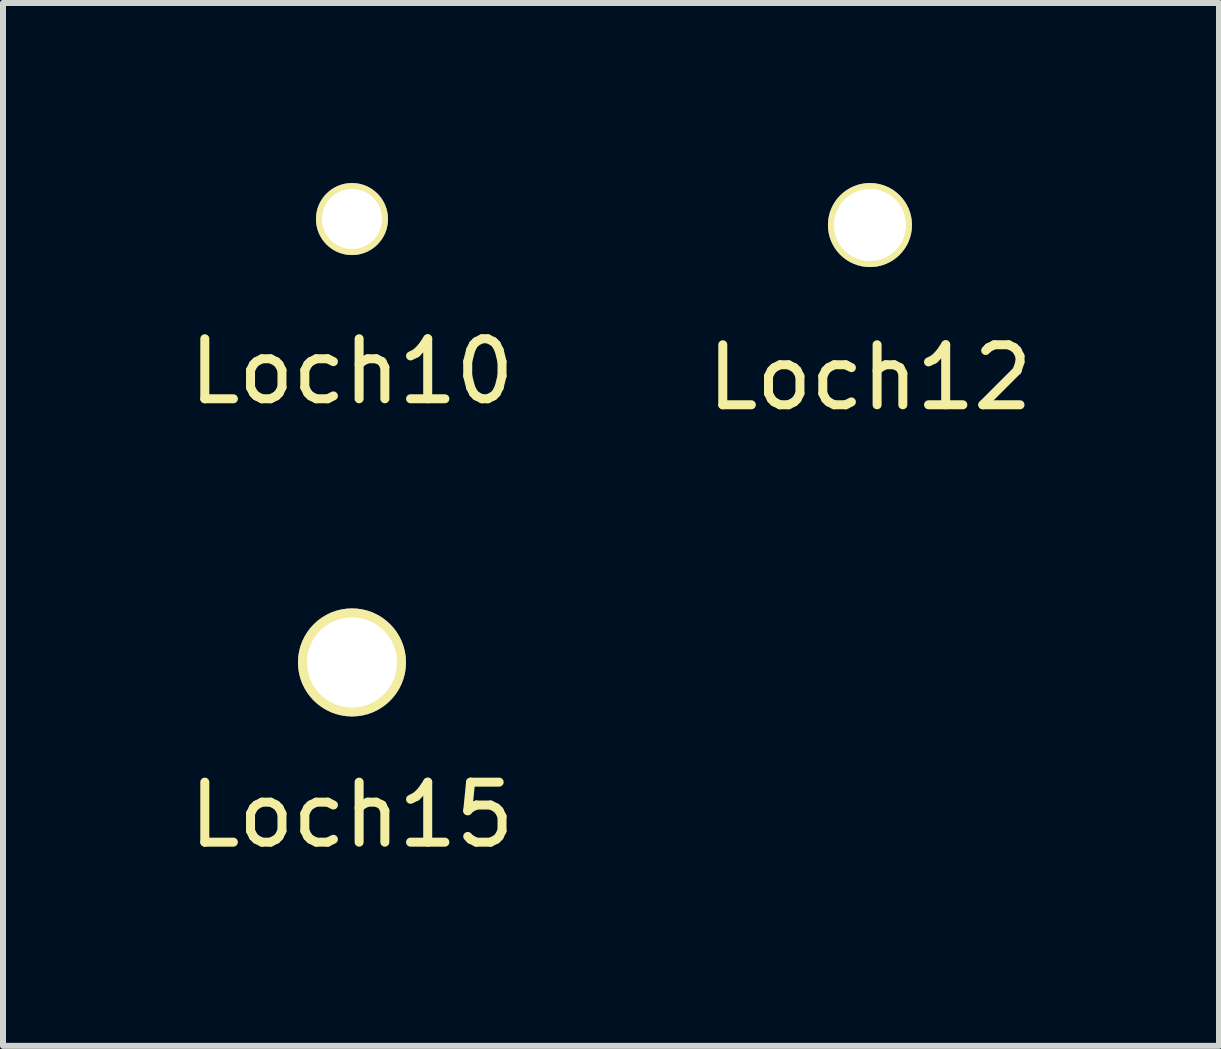
<source format=kicad_pcb>
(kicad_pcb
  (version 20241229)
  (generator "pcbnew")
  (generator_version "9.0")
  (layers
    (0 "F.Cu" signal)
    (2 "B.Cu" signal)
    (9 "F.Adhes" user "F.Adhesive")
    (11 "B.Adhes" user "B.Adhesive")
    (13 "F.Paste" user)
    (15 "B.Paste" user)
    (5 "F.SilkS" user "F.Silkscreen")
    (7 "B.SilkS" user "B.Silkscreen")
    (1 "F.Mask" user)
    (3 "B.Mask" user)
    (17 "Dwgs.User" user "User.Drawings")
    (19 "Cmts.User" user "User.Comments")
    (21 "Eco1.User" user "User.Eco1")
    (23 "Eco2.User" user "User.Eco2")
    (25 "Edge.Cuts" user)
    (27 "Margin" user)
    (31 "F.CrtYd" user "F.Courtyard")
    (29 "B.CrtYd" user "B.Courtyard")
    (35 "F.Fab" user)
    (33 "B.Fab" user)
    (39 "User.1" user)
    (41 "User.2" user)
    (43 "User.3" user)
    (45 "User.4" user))
  (footprint "Loch15"
    (layer "F.Cu")
    (at 2.815 7.988)
    (property "Reference" "Loch15" (at 0 2.54 0) (layer "F.SilkS") (effects (font (size 1 1) (thickness 0.15))))
    (attr through_hole)
    (pad "1" thru_hole circle (at 0 0) (size 1.8 1.8) (drill 1.5) (layers "*.Cu" "*.Mask" "F.SilkS")))
  (footprint "Loch12"
    (layer "F.Cu")
    (at 11.446 0.7)
    (property "Reference" "Loch12" (at 0 2.54 0) (layer "F.SilkS") (effects (font (size 1 1) (thickness 0.15))))
    (attr through_hole)
    (pad "1" thru_hole circle (at 0 0) (size 1.4 1.4) (drill 1.2) (layers "*.Cu" "*.Mask" "F.SilkS")))
  (footprint "Loch10"
    (layer "F.Cu")
    (at 2.815 0.6)
    (property "Reference" "Loch10" (at 0 2.54 0) (layer "F.SilkS") (effects (font (size 1 1) (thickness 0.15))))
    (attr through_hole)
    (pad "" thru_hole circle (at 0 0) (size 1.2 1.2) (drill 1) (layers "*.Cu" "*.Mask" "F.SilkS")))
  (gr_rect
    (start -3 -3)
    (end 17.262 14.377)
    (stroke (width 0.1) (type default))
    (fill no)
    (layer "Edge.Cuts")))
</source>
